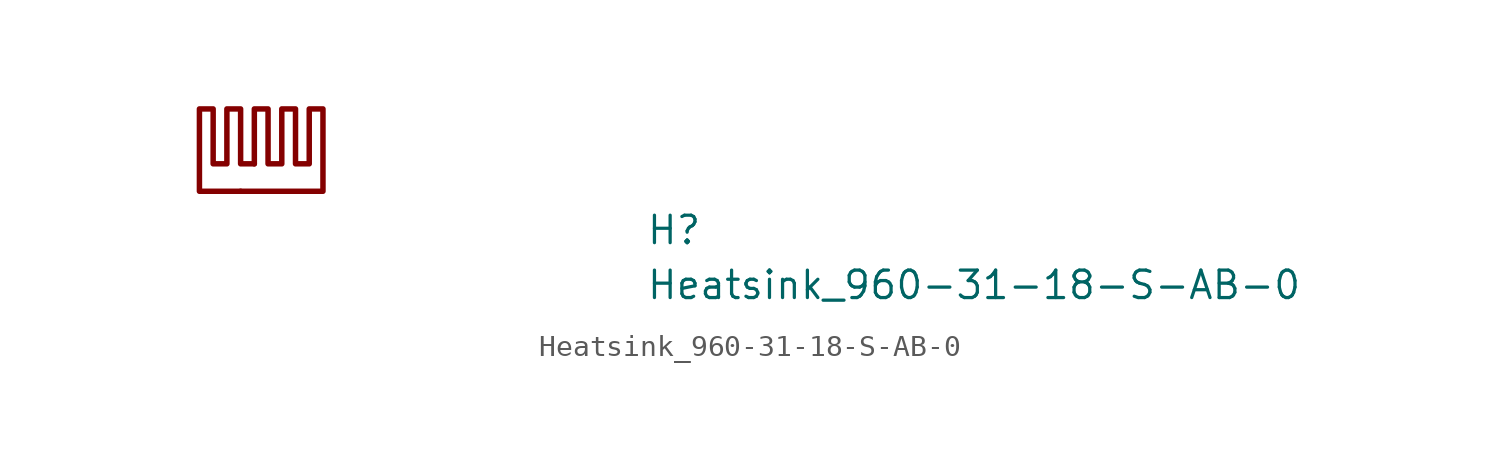
<source format=kicad_sym>
(kicad_symbol_lib
  (version 20211014)
  (generator kicad_symbol_editor)
  (symbol "Heatsink_960-31-18-S-AB-0"
    (pin_names hide)
    (property "Reference" "H"
      (at 17.78 -2.54 0)
      (effects (font (size 1.27 1.27) (thickness 0.15)) (justify left bottom)))
    (property "Value" "Heatsink_960-31-18-S-AB-0"
      (at 17.78 -5.08 0)
      (effects (font (size 1.27 1.27) (thickness 0.15)) (justify left bottom)))
    (symbol "Heatsink_960-31-18-S-AB-0_1_1"
      (polyline (pts (xy -0.33 1.27) (xy -0.965 1.27) (xy -0.965 3.81) (xy -1.6 3.81) (xy -1.6 1.27) (xy -2.235 1.27) (xy -2.235 3.81) (xy -2.87 3.81) (xy -2.87 0) (xy -0.965 0)) (stroke (width 0.254) (type default) (color 0 0 0 0)) (fill (type none)))
      (polyline (pts (xy -0.33 1.27) (xy -0.33 3.81) (xy 0.305 3.81) (xy 0.305 1.27) (xy 0.94 1.27) (xy 0.94 3.81) (xy 1.575 3.81) (xy 1.575 1.27) (xy 2.21 1.27) (xy 2.21 3.81) (xy 2.845 3.81) (xy 2.845 0) (xy -0.965 0)) (stroke (width 0.254) (type default) (color 0 0 0 0)) (fill (type none))))))
</source>
